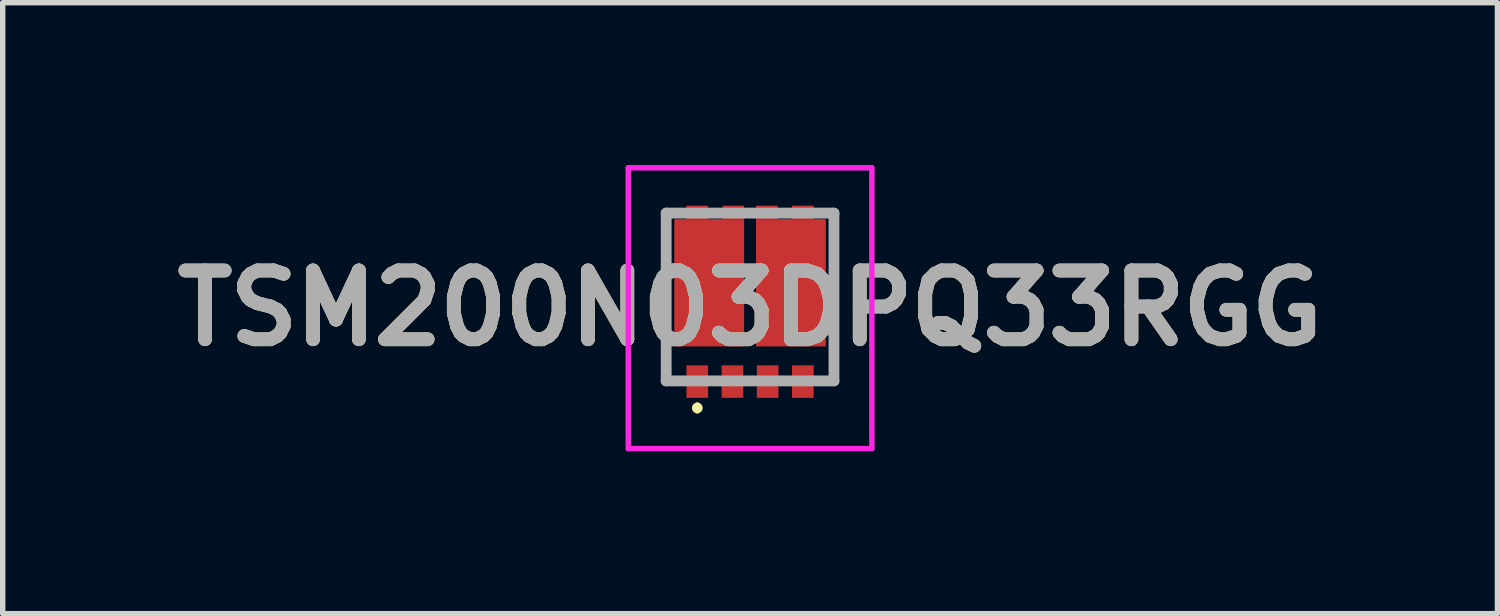
<source format=kicad_pcb>
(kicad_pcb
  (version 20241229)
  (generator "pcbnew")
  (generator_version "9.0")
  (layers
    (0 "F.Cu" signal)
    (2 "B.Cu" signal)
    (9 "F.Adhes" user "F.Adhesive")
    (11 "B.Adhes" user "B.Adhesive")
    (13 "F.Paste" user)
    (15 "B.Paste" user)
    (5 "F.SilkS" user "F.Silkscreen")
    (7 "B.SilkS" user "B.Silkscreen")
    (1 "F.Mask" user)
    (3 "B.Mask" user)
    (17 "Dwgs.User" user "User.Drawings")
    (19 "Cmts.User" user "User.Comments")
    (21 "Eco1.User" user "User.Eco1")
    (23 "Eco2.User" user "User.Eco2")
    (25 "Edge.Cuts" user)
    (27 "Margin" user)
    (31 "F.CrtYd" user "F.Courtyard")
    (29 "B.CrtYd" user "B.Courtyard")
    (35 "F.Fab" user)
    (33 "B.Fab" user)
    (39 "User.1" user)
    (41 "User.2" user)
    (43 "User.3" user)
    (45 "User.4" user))
  (footprint "TSM200N03DPQ33RGG"
    (layer "F.Cu")
    (at 10.807 2.437)
    (property "Reference" "TSM200N03DPQ33RGG" (at 0 0.206 0) (layer "F.SilkS") (effects (font (size 1.27 1.27) (thickness 0.254))))
    (attr smd)
    (fp_line (start -1.55 1.563) (end -1.55 1.1) (stroke (width 0.1) (type solid)) (layer "F.SilkS"))
    (fp_line (start -1.4 1.55) (end -1.55 1.563) (stroke (width 0.1) (type solid)) (layer "F.SilkS"))
    (fp_line (start -0.975 2) (end -0.975 2) (stroke (width 0.1) (type solid)) (layer "F.SilkS"))
    (fp_line (start -0.975 2.1) (end -0.975 2.1) (stroke (width 0.1) (type solid)) (layer "F.SilkS"))
    (fp_line (start 1.4 1.563) (end 1.55 1.55) (stroke (width 0.1) (type solid)) (layer "F.SilkS"))
    (fp_line (start 1.55 1.55) (end 1.55 1.1) (stroke (width 0.1) (type solid)) (layer "F.SilkS"))
    (fp_arc (start -0.975 2) (mid -0.925 2.05) (end -0.975 2.1) (stroke (width 0.1) (type solid)) (layer "F.SilkS"))
    (fp_arc (start -0.975 2.1) (mid -1.025 2.05) (end -0.975 2) (stroke (width 0.1) (type solid)) (layer "F.SilkS"))
    (fp_line (start -2.25 -2.387) (end 2.25 -2.387) (stroke (width 0.1) (type solid)) (layer "F.CrtYd"))
    (fp_line (start -2.25 2.8) (end -2.25 -2.387) (stroke (width 0.1) (type solid)) (layer "F.CrtYd"))
    (fp_line (start 2.25 -2.387) (end 2.25 2.8) (stroke (width 0.1) (type solid)) (layer "F.CrtYd"))
    (fp_line (start 2.25 2.8) (end -2.25 2.8) (stroke (width 0.1) (type solid)) (layer "F.CrtYd"))
    (fp_line (start -1.55 -1.55) (end 1.55 -1.55) (stroke (width 0.2) (type solid)) (layer "F.Fab"))
    (fp_line (start -1.55 1.55) (end -1.55 -1.55) (stroke (width 0.2) (type solid)) (layer "F.Fab"))
    (fp_line (start 1.55 -1.55) (end 1.55 1.55) (stroke (width 0.2) (type solid)) (layer "F.Fab"))
    (fp_line (start 1.55 1.55) (end -1.55 1.55) (stroke (width 0.2) (type solid)) (layer "F.Fab"))
    (fp_text user "${REFERENCE}" (at 0 0.206 0) (layer "F.Fab") (effects (font (size 1.27 1.27) (thickness 0.254))))
    (pad "1" smd rect (at -0.975 1.563) (size 0.4 0.6) (layers "F.Cu" "F.Mask" "F.Paste"))
    (pad "2" smd rect (at -0.325 1.563) (size 0.4 0.6) (layers "F.Cu" "F.Mask" "F.Paste"))
    (pad "3" smd rect (at 0.325 1.563) (size 0.4 0.6) (layers "F.Cu" "F.Mask" "F.Paste"))
    (pad "4" smd rect (at 0.975 1.563) (size 0.4 0.6) (layers "F.Cu" "F.Mask" "F.Paste"))
    (pad "5" smd rect (at 0.975 -1.563 90) (size 0.25 0.4) (layers "F.Cu" "F.Mask" "F.Paste"))
    (pad "6" smd rect (at 0.31 -1.563 90) (size 0.25 0.4) (layers "F.Cu" "F.Mask" "F.Paste"))
    (pad "7" smd rect (at -0.31 -1.563 90) (size 0.25 0.4) (layers "F.Cu" "F.Mask" "F.Paste"))
    (pad "8" smd rect (at -0.975 -1.563 90) (size 0.25 0.4) (layers "F.Cu" "F.Mask" "F.Paste"))
    (pad "9" smd rect (at 0.755 -0.262) (size 1.29 2.35) (layers "F.Cu" "F.Mask" "F.Paste"))
    (pad "10" smd rect (at -0.755 -0.262) (size 1.29 2.35) (layers "F.Cu" "F.Mask" "F.Paste")))
  (gr_rect
    (start -3 -3)
    (end 24.614 8.287)
    (stroke (width 0.1) (type default))
    (fill no)
    (layer "Edge.Cuts")))
</source>
